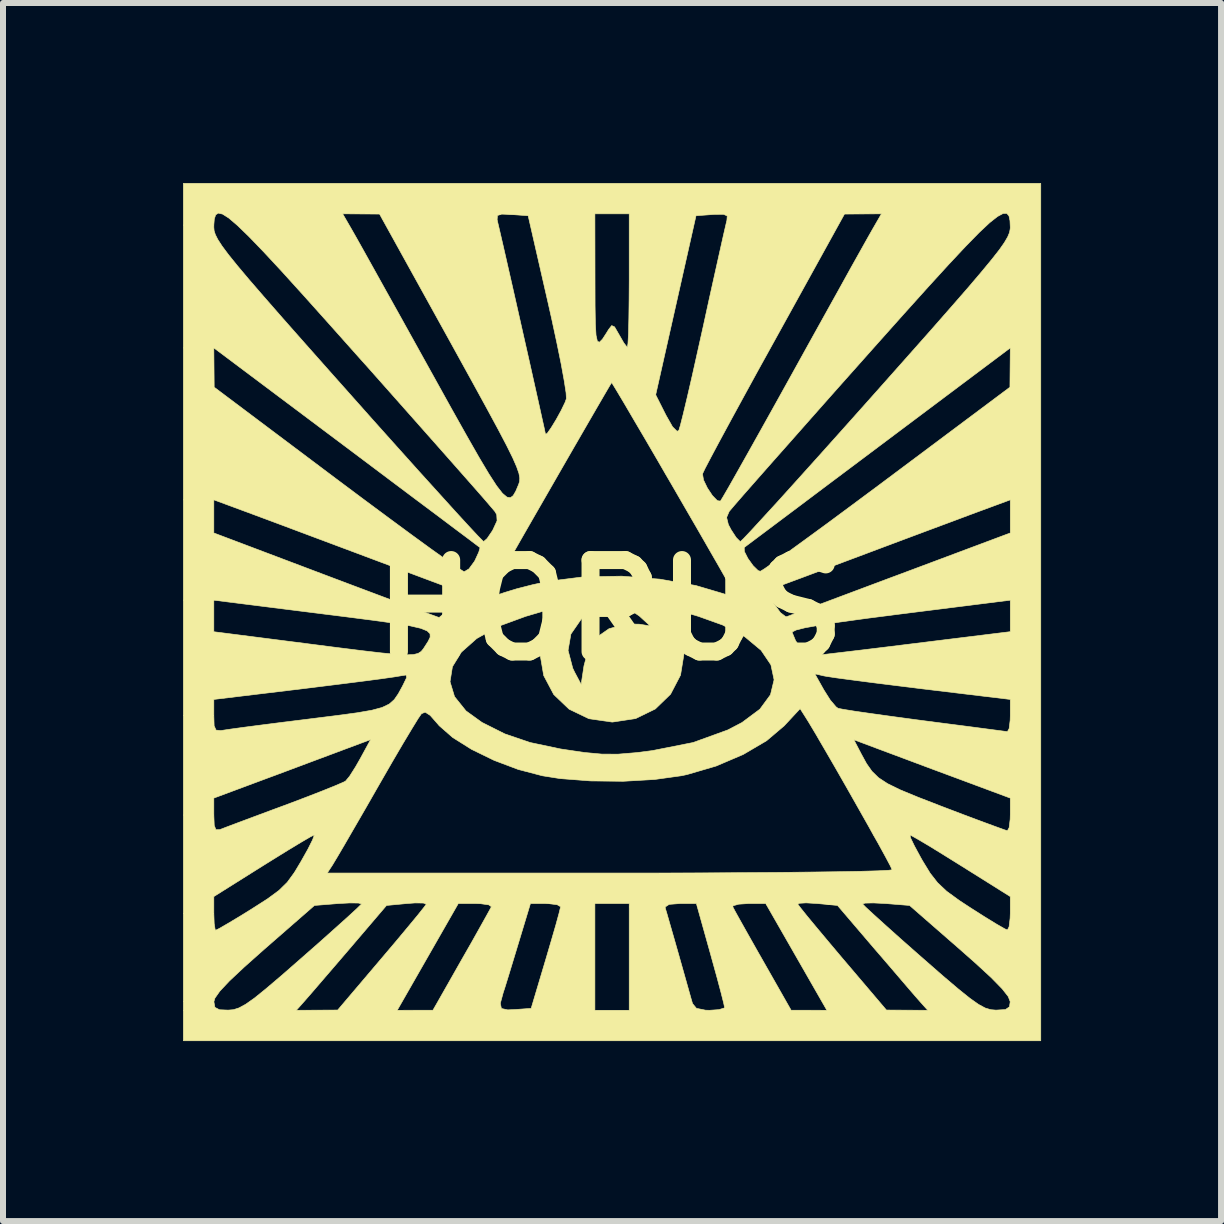
<source format=kicad_pcb>
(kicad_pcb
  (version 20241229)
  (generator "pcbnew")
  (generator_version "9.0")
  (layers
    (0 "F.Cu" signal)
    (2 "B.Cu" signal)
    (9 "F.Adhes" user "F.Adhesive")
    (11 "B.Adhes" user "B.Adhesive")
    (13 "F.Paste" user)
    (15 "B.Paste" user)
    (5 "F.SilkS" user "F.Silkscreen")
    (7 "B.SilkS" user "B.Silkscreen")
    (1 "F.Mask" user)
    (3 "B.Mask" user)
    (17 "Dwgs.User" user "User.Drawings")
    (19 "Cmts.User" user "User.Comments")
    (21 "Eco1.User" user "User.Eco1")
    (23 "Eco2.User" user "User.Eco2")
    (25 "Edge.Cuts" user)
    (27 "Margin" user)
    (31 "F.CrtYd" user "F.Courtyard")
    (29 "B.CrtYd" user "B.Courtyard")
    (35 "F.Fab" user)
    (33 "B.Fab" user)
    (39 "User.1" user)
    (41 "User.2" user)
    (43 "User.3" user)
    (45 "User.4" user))
  (footprint "HORUS"
    (layer "F.Cu")
    (at 7.117 7.117)
    (property "Reference" "HORUS" (at 0 0 0) (layer "F.SilkS") (effects (font (size 1.524 1.524) (thickness 0.3))))
    (attr through_hole)
    (fp_poly (pts (xy 7.176 7.176) (xy -7.112 7.176) (xy -7.112 6.668) (xy -5.229 6.668) (xy -4.885 6.666) (xy -4.54 6.664) (xy -3.81 5.804) (xy -3.573 5.524) (xy -3.367 5.277) (xy -3.204 5.08) (xy -3.099 4.948) (xy -3.064 4.9) (xy -3.111 4.881) (xy -3.251 4.879) (xy -3.386 4.889) (xy -3.726 4.921) (xy -4.35 5.652) (xy -4.579 5.919) (xy -4.789 6.163) (xy -4.96 6.362) (xy -5.075 6.494) (xy -5.102 6.525) (xy -5.229 6.668) (xy -3.548 6.668) (xy -3.251 6.667) (xy -2.953 6.667) (xy -2.887 6.552) (xy -1.83 6.552) (xy -1.812 6.638) (xy -1.707 6.661) (xy -1.579 6.655) (xy -1.316 6.636) (xy -1.071 5.815) (xy -0.981 5.509) (xy -0.905 5.247) (xy -0.852 5.053) (xy -0.827 4.95) (xy -0.826 4.942) (xy -0.882 4.909) (xy -1.022 4.891) (xy -1.077 4.889) (xy -0.254 4.889) (xy -0.254 6.668) (xy 0.318 6.668) (xy 0.318 4.946) (xy 0.918 4.946) (xy 0.92 4.969) (xy 0.947 5.059) (xy 1 5.244) (xy 1.072 5.494) (xy 1.144 5.747) (xy 1.226 6.037) (xy 1.297 6.289) (xy 1.349 6.474) (xy 1.373 6.556) (xy 1.438 6.635) (xy 1.589 6.666) (xy 1.655 6.668) (xy 1.813 6.657) (xy 1.901 6.63) (xy 1.907 6.62) (xy 1.891 6.544) (xy 1.847 6.37) (xy 1.781 6.122) (xy 1.698 5.822) (xy 1.673 5.731) (xy 1.452 4.942) (xy 2.043 4.942) (xy 2.08 5.013) (xy 2.169 5.173) (xy 2.298 5.403) (xy 2.455 5.681) (xy 2.54 5.83) (xy 3.016 6.667) (xy 3.314 6.667) (xy 3.612 6.668) (xy 2.599 4.9) (xy 3.127 4.9) (xy 3.172 4.96) (xy 3.285 5.101) (xy 3.454 5.305) (xy 3.665 5.557) (xy 3.873 5.804) (xy 4.604 6.664) (xy 4.948 6.666) (xy 5.293 6.668) (xy 5.165 6.525) (xy 5.079 6.427) (xy 4.929 6.253) (xy 4.734 6.025) (xy 4.511 5.765) (xy 4.413 5.652) (xy 3.789 4.921) (xy 3.529 4.896) (xy 4.207 4.896) (xy 4.257 4.948) (xy 4.389 5.07) (xy 4.588 5.25) (xy 4.838 5.474) (xy 5.127 5.729) (xy 5.207 5.799) (xy 5.543 6.093) (xy 5.801 6.312) (xy 5.994 6.467) (xy 6.139 6.57) (xy 6.25 6.63) (xy 6.343 6.658) (xy 6.429 6.665) (xy 6.587 6.656) (xy 6.654 6.61) (xy 6.667 6.525) (xy 6.634 6.439) (xy 6.532 6.309) (xy 6.351 6.124) (xy 6.084 5.878) (xy 5.828 5.652) (xy 4.99 4.921) (xy 4.591 4.889) (xy 4.388 4.879) (xy 4.249 4.882) (xy 4.207 4.896) (xy 3.529 4.896) (xy 3.45 4.889) (xy 3.266 4.878) (xy 3.15 4.885) (xy 3.127 4.9) (xy 2.599 4.9) (xy 2.593 4.889) (xy 2.307 4.889) (xy 2.142 4.9) (xy 2.05 4.926) (xy 2.043 4.942) (xy 1.452 4.942) (xy 1.437 4.889) (xy 1.165 4.889) (xy 0.984 4.903) (xy 0.918 4.946) (xy 0.318 4.946) (xy 0.318 4.889) (xy -0.254 4.889) (xy -1.077 4.889) (xy -1.328 4.889) (xy -1.525 5.54) (xy -1.613 5.83) (xy -1.693 6.093) (xy -1.755 6.293) (xy -1.782 6.375) (xy -1.83 6.552) (xy -2.887 6.552) (xy -2.477 5.83) (xy -2.309 5.536) (xy -2.165 5.279) (xy -2.055 5.082) (xy -1.99 4.964) (xy -1.979 4.942) (xy -2.022 4.911) (xy -2.157 4.892) (xy -2.244 4.889) (xy -2.53 4.889) (xy -3.548 6.668) (xy -5.229 6.668) (xy -7.112 6.668) (xy -7.112 6.525) (xy -6.603 6.525) (xy -6.586 6.619) (xy -6.509 6.659) (xy -6.366 6.665) (xy -6.277 6.658) (xy -6.184 6.628) (xy -6.072 6.567) (xy -5.926 6.464) (xy -5.731 6.306) (xy -5.471 6.085) (xy -5.144 5.799) (xy -4.847 5.538) (xy -4.585 5.304) (xy -4.371 5.112) (xy -4.221 4.974) (xy -4.148 4.902) (xy -4.143 4.896) (xy -4.192 4.881) (xy -4.336 4.879) (xy -4.527 4.889) (xy -4.927 4.921) (xy -5.765 5.652) (xy -6.1 5.95) (xy -6.344 6.179) (xy -6.503 6.348) (xy -6.586 6.466) (xy -6.603 6.525) (xy -7.112 6.525) (xy -7.112 4.773) (xy -6.604 4.773) (xy -6.604 5.053) (xy -6.598 5.222) (xy -6.582 5.322) (xy -6.573 5.334) (xy -6.51 5.303) (xy -6.362 5.217) (xy -6.155 5.093) (xy -5.973 4.98) (xy -5.706 4.809) (xy -5.519 4.671) (xy -5.381 4.536) (xy -5.268 4.381) (xy -4.714 4.381) (xy -0.007 4.381) (xy 0.757 4.381) (xy 1.481 4.379) (xy 2.157 4.375) (xy 2.775 4.371) (xy 3.323 4.365) (xy 3.794 4.359) (xy 4.177 4.352) (xy 4.462 4.344) (xy 4.639 4.335) (xy 4.699 4.327) (xy 4.669 4.261) (xy 4.586 4.105) (xy 4.461 3.877) (xy 4.387 3.747) (xy 4.996 3.747) (xy 5.007 3.797) (xy 5.071 3.93) (xy 5.174 4.12) (xy 5.205 4.175) (xy 5.333 4.384) (xy 5.457 4.543) (xy 5.608 4.685) (xy 5.818 4.838) (xy 6.012 4.965) (xy 6.248 5.115) (xy 6.444 5.235) (xy 6.577 5.311) (xy 6.62 5.33) (xy 6.648 5.276) (xy 6.665 5.134) (xy 6.668 5.053) (xy 6.668 4.773) (xy 5.85 4.26) (xy 5.564 4.082) (xy 5.317 3.93) (xy 5.128 3.818) (xy 5.016 3.755) (xy 4.996 3.747) (xy 4.387 3.747) (xy 4.304 3.597) (xy 4.126 3.282) (xy 3.939 2.952) (xy 3.753 2.627) (xy 3.578 2.325) (xy 3.481 2.159) (xy 4.061 2.159) (xy 4.185 2.397) (xy 4.273 2.558) (xy 4.363 2.686) (xy 4.473 2.793) (xy 4.624 2.892) (xy 4.835 2.995) (xy 5.125 3.115) (xy 5.514 3.266) (xy 5.53 3.272) (xy 5.871 3.402) (xy 6.17 3.514) (xy 6.409 3.602) (xy 6.566 3.659) (xy 6.62 3.676) (xy 6.649 3.624) (xy 6.666 3.484) (xy 6.668 3.408) (xy 6.668 3.132) (xy 5.763 2.795) (xy 5.407 2.663) (xy 5.057 2.532) (xy 4.747 2.416) (xy 4.511 2.328) (xy 4.46 2.309) (xy 4.061 2.159) (xy 3.481 2.159) (xy 3.426 2.064) (xy 3.307 1.865) (xy 3.26 1.79) (xy 3.166 1.642) (xy 2.9 1.928) (xy 2.606 2.177) (xy 2.218 2.405) (xy 1.766 2.598) (xy 1.284 2.739) (xy 1.193 2.759) (xy 0.74 2.822) (xy 0.217 2.852) (xy -0.325 2.846) (xy -0.833 2.807) (xy -1.13 2.76) (xy -1.531 2.655) (xy -1.934 2.503) (xy -2.309 2.32) (xy -2.624 2.122) (xy -2.849 1.925) (xy -2.869 1.901) (xy -2.998 1.754) (xy -3.082 1.7) (xy -3.144 1.726) (xy -3.146 1.729) (xy -3.199 1.806) (xy -3.304 1.977) (xy -3.451 2.222) (xy -3.628 2.524) (xy -3.825 2.866) (xy -3.875 2.953) (xy -4.077 3.306) (xy -4.264 3.629) (xy -4.422 3.902) (xy -4.543 4.108) (xy -4.614 4.226) (xy -4.621 4.239) (xy -4.714 4.381) (xy -5.268 4.381) (xy -5.263 4.375) (xy -5.15 4.186) (xy -5.036 3.983) (xy -4.959 3.829) (xy -4.93 3.751) (xy -4.933 3.747) (xy -4.997 3.779) (xy -5.148 3.867) (xy -5.368 4) (xy -5.636 4.166) (xy -5.787 4.26) (xy -6.604 4.773) (xy -7.112 4.773) (xy -7.112 3.132) (xy -6.604 3.132) (xy -6.604 3.414) (xy -6.597 3.587) (xy -6.569 3.659) (xy -6.506 3.658) (xy -6.493 3.653) (xy -6.397 3.616) (xy -6.206 3.544) (xy -5.941 3.445) (xy -5.627 3.328) (xy -5.429 3.255) (xy -5.101 3.131) (xy -4.812 3.019) (xy -4.586 2.928) (xy -4.444 2.867) (xy -4.408 2.848) (xy -4.341 2.767) (xy -4.242 2.611) (xy -4.165 2.476) (xy -3.991 2.157) (xy -4.393 2.307) (xy -4.601 2.385) (xy -4.893 2.494) (xy -5.235 2.622) (xy -5.593 2.756) (xy -5.699 2.795) (xy -6.604 3.132) (xy -7.112 3.132) (xy -7.112 1.488) (xy -6.604 1.488) (xy -6.604 1.758) (xy -6.599 1.927) (xy -6.567 1.999) (xy -6.487 2.007) (xy -6.429 1.998) (xy -6.314 1.981) (xy -6.095 1.951) (xy -5.795 1.912) (xy -5.435 1.866) (xy -5.04 1.817) (xy -4.985 1.81) (xy -4.545 1.755) (xy -4.213 1.71) (xy -3.971 1.668) (xy -3.8 1.622) (xy -3.681 1.565) (xy -3.597 1.491) (xy -3.53 1.394) (xy -3.46 1.266) (xy -3.45 1.246) (xy -3.424 1.193) (xy -2.668 1.193) (xy -2.593 1.441) (xy -2.402 1.679) (xy -2.136 1.871) (xy -1.753 2.063) (xy -1.333 2.206) (xy -0.832 2.312) (xy -0.794 2.318) (xy -0.43 2.372) (xy -0.138 2.399) (xy 0.132 2.4) (xy 0.433 2.375) (xy 0.702 2.341) (xy 1.383 2.206) (xy 1.962 1.996) (xy 2.197 1.873) (xy 2.495 1.651) (xy 2.672 1.41) (xy 2.732 1.161) (xy 2.711 1.061) (xy 3.411 1.061) (xy 3.563 1.332) (xy 3.668 1.498) (xy 3.764 1.611) (xy 3.798 1.636) (xy 3.884 1.653) (xy 4.076 1.684) (xy 4.354 1.724) (xy 4.699 1.772) (xy 5.09 1.825) (xy 5.227 1.843) (xy 5.627 1.895) (xy 5.984 1.941) (xy 6.279 1.98) (xy 6.493 2.008) (xy 6.607 2.023) (xy 6.62 2.025) (xy 6.649 1.973) (xy 6.666 1.834) (xy 6.668 1.76) (xy 6.668 1.488) (xy 5.191 1.31) (xy 4.764 1.257) (xy 4.372 1.208) (xy 4.035 1.164) (xy 3.773 1.129) (xy 3.607 1.104) (xy 3.563 1.096) (xy 3.411 1.061) (xy 2.711 1.061) (xy 2.679 0.911) (xy 2.516 0.67) (xy 2.247 0.446) (xy 2.111 0.374) (xy 3.034 0.374) (xy 3.09 0.508) (xy 3.184 0.647) (xy 3.281 0.744) (xy 3.325 0.763) (xy 3.405 0.756) (xy 3.594 0.735) (xy 3.874 0.702) (xy 4.227 0.66) (xy 4.636 0.61) (xy 5.032 0.561) (xy 6.668 0.359) (xy 6.668 -0.166) (xy 4.842 0.064) (xy 4.275 0.137) (xy 3.826 0.199) (xy 3.486 0.251) (xy 3.247 0.294) (xy 3.1 0.331) (xy 3.037 0.362) (xy 3.034 0.374) (xy 2.111 0.374) (xy 1.875 0.248) (xy 1.47 0.103) (xy 1.13 0.003) (xy 1.184 0.176) (xy 1.214 0.338) (xy 1.232 0.565) (xy 1.234 0.709) (xy 1.173 1.083) (xy 1.007 1.401) (xy 0.753 1.647) (xy 0.425 1.807) (xy 0.04 1.865) (xy 0.032 1.865) (xy -0.354 1.809) (xy -0.683 1.651) (xy -0.939 1.407) (xy -1.107 1.09) (xy -1.171 0.717) (xy -1.171 0.709) (xy -1.169 0.671) (xy -0.701 0.671) (xy -0.623 0.968) (xy -0.591 1.035) (xy -0.483 1.238) (xy -0.436 0.929) (xy -0.371 0.684) (xy -0.267 0.492) (xy -0.247 0.469) (xy -0.019 0.31) (xy 0.265 0.231) (xy 0.484 0.234) (xy 0.667 0.263) (xy 0.489 0.1) (xy 0.32 -0.016) (xy 0.118 -0.061) (xy 0.022 -0.064) (xy -0.181 -0.047) (xy -0.332 0.021) (xy -0.483 0.152) (xy -0.654 0.399) (xy -0.701 0.671) (xy -1.169 0.671) (xy -1.163 0.474) (xy -1.14 0.265) (xy -1.12 0.176) (xy -1.066 0.003) (xy -1.406 0.103) (xy -1.864 0.271) (xy -2.223 0.473) (xy -2.479 0.7) (xy -2.628 0.943) (xy -2.668 1.193) (xy -3.424 1.193) (xy -3.39 1.122) (xy -3.401 1.081) (xy -3.492 1.095) (xy -3.502 1.097) (xy -3.606 1.114) (xy -3.817 1.144) (xy -4.113 1.183) (xy -4.476 1.229) (xy -4.886 1.28) (xy -5.128 1.31) (xy -6.604 1.488) (xy -7.112 1.488) (xy -7.112 0.36) (xy -6.604 0.36) (xy -5.096 0.553) (xy -4.56 0.622) (xy -4.136 0.675) (xy -3.81 0.713) (xy -3.567 0.736) (xy -3.394 0.745) (xy -3.276 0.74) (xy -3.199 0.721) (xy -3.149 0.689) (xy -3.112 0.644) (xy -3.089 0.608) (xy -3.033 0.521) (xy -2.999 0.451) (xy -3.001 0.393) (xy -3.049 0.346) (xy -3.155 0.303) (xy -3.332 0.262) (xy -3.591 0.219) (xy -3.944 0.17) (xy -4.403 0.111) (xy -4.778 0.064) (xy -6.604 -0.166) (xy -6.604 0.36) (xy -7.112 0.36) (xy -7.112 -1.286) (xy -6.604 -1.286) (xy -4.747 -0.584) (xy -4.288 -0.411) (xy -3.868 -0.253) (xy -3.502 -0.116) (xy -3.203 -0.005) (xy -2.986 0.074) (xy -2.867 0.117) (xy -2.848 0.122) (xy -2.793 0.076) (xy -2.706 -0.046) (xy -2.674 -0.097) (xy -2.605 -0.215) (xy -2.032 -0.215) (xy -1.979 -0.223) (xy -1.844 -0.265) (xy -1.762 -0.293) (xy -1.559 -0.355) (xy -1.29 -0.424) (xy -1.026 -0.481) (xy -0.441 -0.555) (xy 0.193 -0.566) (xy 0.83 -0.516) (xy 1.428 -0.41) (xy 1.831 -0.291) (xy 1.987 -0.243) (xy 2.076 -0.232) (xy 2.085 -0.243) (xy 2.045 -0.318) (xy 2.043 -0.321) (xy 2.605 -0.321) (xy 2.74 -0.094) (xy 2.838 0.042) (xy 2.924 0.107) (xy 2.945 0.108) (xy 3.02 0.08) (xy 3.199 0.013) (xy 3.467 -0.087) (xy 3.808 -0.215) (xy 4.208 -0.365) (xy 4.651 -0.531) (xy 4.842 -0.602) (xy 6.668 -1.286) (xy 6.668 -1.838) (xy 6.175 -1.656) (xy 5.97 -1.58) (xy 5.671 -1.468) (xy 5.303 -1.331) (xy 4.891 -1.177) (xy 4.461 -1.016) (xy 4.286 -0.95) (xy 3.883 -0.799) (xy 3.513 -0.66) (xy 3.195 -0.541) (xy 2.947 -0.449) (xy 2.79 -0.39) (xy 2.747 -0.374) (xy 2.605 -0.321) (xy 2.043 -0.321) (xy 1.951 -0.484) (xy 1.815 -0.724) (xy 1.643 -1.023) (xy 1.631 -1.044) (xy 2.234 -1.044) (xy 2.237 -0.977) (xy 2.296 -0.861) (xy 2.383 -0.74) (xy 2.466 -0.659) (xy 2.503 -0.647) (xy 2.57 -0.688) (xy 2.728 -0.798) (xy 2.964 -0.967) (xy 3.268 -1.188) (xy 3.629 -1.452) (xy 4.034 -1.752) (xy 4.473 -2.078) (xy 4.624 -2.191) (xy 6.662 -3.715) (xy 6.665 -4.042) (xy 6.668 -4.37) (xy 4.461 -2.715) (xy 3.997 -2.367) (xy 3.566 -2.044) (xy 3.178 -1.752) (xy 2.842 -1.5) (xy 2.57 -1.296) (xy 2.371 -1.147) (xy 2.258 -1.062) (xy 2.234 -1.044) (xy 1.631 -1.044) (xy 1.446 -1.366) (xy 1.342 -1.545) (xy 1.941 -1.545) (xy 1.97 -1.426) (xy 2.016 -1.339) (xy 2.101 -1.209) (xy 2.165 -1.145) (xy 2.171 -1.143) (xy 2.22 -1.189) (xy 2.346 -1.322) (xy 2.539 -1.532) (xy 2.794 -1.81) (xy 3.1 -2.149) (xy 3.451 -2.539) (xy 3.838 -2.971) (xy 4.254 -3.437) (xy 4.441 -3.647) (xy 4.934 -4.202) (xy 5.349 -4.67) (xy 5.692 -5.061) (xy 5.971 -5.381) (xy 6.191 -5.64) (xy 6.36 -5.845) (xy 6.485 -6.004) (xy 6.571 -6.127) (xy 6.625 -6.22) (xy 6.655 -6.292) (xy 6.666 -6.351) (xy 6.668 -6.377) (xy 6.663 -6.489) (xy 6.646 -6.569) (xy 6.61 -6.611) (xy 6.549 -6.61) (xy 6.456 -6.56) (xy 6.325 -6.457) (xy 6.15 -6.293) (xy 5.925 -6.063) (xy 5.643 -5.762) (xy 5.299 -5.385) (xy 4.885 -4.925) (xy 4.396 -4.377) (xy 4.22 -4.179) (xy 3.799 -3.706) (xy 3.402 -3.258) (xy 3.038 -2.846) (xy 2.714 -2.48) (xy 2.439 -2.168) (xy 2.221 -1.92) (xy 2.069 -1.745) (xy 1.992 -1.654) (xy 1.984 -1.645) (xy 1.941 -1.545) (xy 1.342 -1.545) (xy 1.232 -1.735) (xy 1.011 -2.117) (xy 0.921 -2.271) (xy 1.539 -2.271) (xy 1.556 -2.169) (xy 1.62 -2.036) (xy 1.705 -1.908) (xy 1.787 -1.824) (xy 1.838 -1.817) (xy 1.879 -1.884) (xy 1.975 -2.049) (xy 2.117 -2.3) (xy 2.3 -2.625) (xy 2.516 -3.011) (xy 2.758 -3.445) (xy 3.019 -3.915) (xy 3.049 -3.969) (xy 3.317 -4.453) (xy 3.572 -4.912) (xy 3.805 -5.331) (xy 4.008 -5.698) (xy 4.175 -5.996) (xy 4.296 -6.212) (xy 4.364 -6.332) (xy 4.365 -6.334) (xy 4.521 -6.604) (xy 4.213 -6.602) (xy 3.905 -6.6) (xy 2.731 -4.475) (xy 2.467 -3.998) (xy 2.224 -3.554) (xy 2.007 -3.156) (xy 1.823 -2.816) (xy 1.68 -2.548) (xy 1.583 -2.363) (xy 1.541 -2.275) (xy 1.539 -2.271) (xy 0.921 -2.271) (xy 0.792 -2.494) (xy 0.584 -2.851) (xy 0.395 -3.172) (xy 0.237 -3.442) (xy 0.15 -3.588) (xy 0.759 -3.588) (xy 0.93 -3.249) (xy 1.04 -3.055) (xy 1.116 -2.98) (xy 1.145 -2.995) (xy 1.17 -3.078) (xy 1.218 -3.267) (xy 1.285 -3.547) (xy 1.366 -3.898) (xy 1.457 -4.305) (xy 1.552 -4.731) (xy 1.649 -5.176) (xy 1.74 -5.585) (xy 1.819 -5.939) (xy 1.882 -6.221) (xy 1.926 -6.413) (xy 1.946 -6.497) (xy 1.951 -6.568) (xy 1.891 -6.596) (xy 1.739 -6.594) (xy 1.705 -6.592) (xy 1.431 -6.572) (xy 0.759 -3.588) (xy 0.15 -3.588) (xy 0.116 -3.645) (xy 0.043 -3.765) (xy 0.025 -3.792) (xy -0.011 -3.733) (xy -0.1 -3.581) (xy -0.233 -3.352) (xy -0.402 -3.06) (xy -0.598 -2.721) (xy -0.81 -2.353) (xy -1.03 -1.97) (xy -1.25 -1.588) (xy -1.459 -1.224) (xy -1.648 -0.892) (xy -1.81 -0.61) (xy -1.933 -0.393) (xy -2.01 -0.256) (xy -2.032 -0.215) (xy -2.605 -0.215) (xy -2.542 -0.321) (xy -2.684 -0.374) (xy -2.782 -0.411) (xy -2.981 -0.485) (xy -3.261 -0.59) (xy -3.604 -0.718) (xy -3.991 -0.863) (xy -4.223 -0.95) (xy -4.653 -1.111) (xy -5.075 -1.269) (xy -5.464 -1.415) (xy -5.794 -1.538) (xy -6.041 -1.63) (xy -6.112 -1.656) (xy -6.604 -1.838) (xy -6.604 -1.286) (xy -7.112 -1.286) (xy -7.112 -4.37) (xy -6.604 -4.37) (xy -6.601 -4.042) (xy -6.598 -3.715) (xy -4.553 -2.179) (xy -4.106 -1.845) (xy -3.688 -1.535) (xy -3.312 -1.258) (xy -2.988 -1.022) (xy -2.727 -0.836) (xy -2.542 -0.708) (xy -2.443 -0.645) (xy -2.431 -0.64) (xy -2.352 -0.688) (xy -2.262 -0.811) (xy -2.251 -0.831) (xy -2.189 -0.966) (xy -2.168 -1.04) (xy -2.17 -1.044) (xy -2.224 -1.084) (xy -2.368 -1.193) (xy -2.594 -1.362) (xy -2.889 -1.584) (xy -3.245 -1.85) (xy -3.65 -2.154) (xy -4.093 -2.487) (xy -4.397 -2.715) (xy -6.604 -4.37) (xy -7.112 -4.37) (xy -7.112 -6.377) (xy -6.604 -6.377) (xy -6.599 -6.321) (xy -6.578 -6.256) (xy -6.536 -6.174) (xy -6.466 -6.066) (xy -6.361 -5.925) (xy -6.214 -5.743) (xy -6.019 -5.511) (xy -5.768 -5.221) (xy -5.456 -4.864) (xy -5.076 -4.434) (xy -4.621 -3.921) (xy -4.377 -3.647) (xy -3.952 -3.169) (xy -3.551 -2.721) (xy -3.183 -2.311) (xy -2.856 -1.95) (xy -2.579 -1.644) (xy -2.358 -1.403) (xy -2.202 -1.236) (xy -2.119 -1.152) (xy -2.107 -1.143) (xy -2.05 -1.193) (xy -1.967 -1.315) (xy -1.953 -1.339) (xy -1.884 -1.489) (xy -1.89 -1.592) (xy -1.921 -1.645) (xy -1.978 -1.712) (xy -2.11 -1.866) (xy -2.311 -2.095) (xy -2.572 -2.391) (xy -2.883 -2.743) (xy -3.238 -3.144) (xy -3.627 -3.583) (xy -4.042 -4.051) (xy -4.157 -4.179) (xy -4.672 -4.757) (xy -5.109 -5.245) (xy -5.475 -5.649) (xy -5.777 -5.974) (xy -6.02 -6.226) (xy -6.21 -6.41) (xy -6.354 -6.533) (xy -6.459 -6.6) (xy -6.479 -6.604) (xy -4.457 -6.604) (xy -4.301 -6.334) (xy -4.235 -6.218) (xy -4.116 -6.006) (xy -3.951 -5.71) (xy -3.748 -5.345) (xy -3.514 -4.926) (xy -3.258 -4.465) (xy -2.988 -3.978) (xy -2.955 -3.919) (xy -2.645 -3.36) (xy -2.389 -2.904) (xy -2.183 -2.543) (xy -2.019 -2.268) (xy -1.892 -2.072) (xy -1.794 -1.946) (xy -1.719 -1.883) (xy -1.662 -1.873) (xy -1.615 -1.909) (xy -1.572 -1.983) (xy -1.528 -2.087) (xy -1.526 -2.091) (xy -1.509 -2.143) (xy -1.506 -2.202) (xy -1.52 -2.28) (xy -1.558 -2.389) (xy -1.624 -2.54) (xy -1.725 -2.744) (xy -1.865 -3.011) (xy -2.05 -3.353) (xy -2.285 -3.782) (xy -2.575 -4.308) (xy -2.646 -4.437) (xy -3.791 -6.507) (xy -1.883 -6.507) (xy -1.874 -6.465) (xy -1.837 -6.307) (xy -1.78 -6.061) (xy -1.708 -5.745) (xy -1.625 -5.38) (xy -1.535 -4.982) (xy -1.443 -4.573) (xy -1.352 -4.171) (xy -1.268 -3.795) (xy -1.194 -3.464) (xy -1.135 -3.197) (xy -1.094 -3.014) (xy -1.078 -2.934) (xy -1.078 -2.932) (xy -1.05 -2.944) (xy -0.984 -3.037) (xy -0.899 -3.176) (xy -0.815 -3.329) (xy -0.751 -3.462) (xy -0.729 -3.524) (xy -0.734 -3.62) (xy -0.765 -3.821) (xy -0.817 -4.107) (xy -0.889 -4.459) (xy -0.975 -4.859) (xy -1.032 -5.112) (xy -1.366 -6.572) (xy -1.638 -6.592) (xy -1.806 -6.599) (xy -1.878 -6.576) (xy -1.883 -6.507) (xy -3.791 -6.507) (xy -3.842 -6.6) (xy -4.149 -6.602) (xy -4.457 -6.604) (xy -0.254 -6.604) (xy -0.252 -5.477) (xy -0.251 -5.067) (xy -0.246 -4.772) (xy -0.235 -4.581) (xy -0.213 -4.482) (xy -0.179 -4.464) (xy -0.128 -4.515) (xy -0.058 -4.623) (xy -0.025 -4.677) (xy 0.026 -4.742) (xy 0.074 -4.72) (xy 0.146 -4.596) (xy 0.151 -4.587) (xy 0.228 -4.453) (xy 0.282 -4.384) (xy 0.287 -4.381) (xy 0.297 -4.442) (xy 0.306 -4.608) (xy 0.312 -4.862) (xy 0.316 -5.181) (xy 0.318 -5.493) (xy 0.318 -6.604) (xy -0.254 -6.604) (xy -4.457 -6.604) (xy -6.479 -6.604) (xy -6.53 -6.616) (xy -6.573 -6.587) (xy -6.596 -6.518) (xy -6.604 -6.416) (xy -6.604 -6.377) (xy -7.112 -6.377) (xy -7.112 -7.112) (xy 7.176 -7.112) (xy 7.176 7.176)) (stroke (width 0.01) (type solid)) (fill yes) (layer "F.SilkS")))
  (gr_rect
    (start -3 -3)
    (end 17.297 17.297)
    (stroke (width 0.1) (type default))
    (fill no)
    (layer "Edge.Cuts")))
</source>
